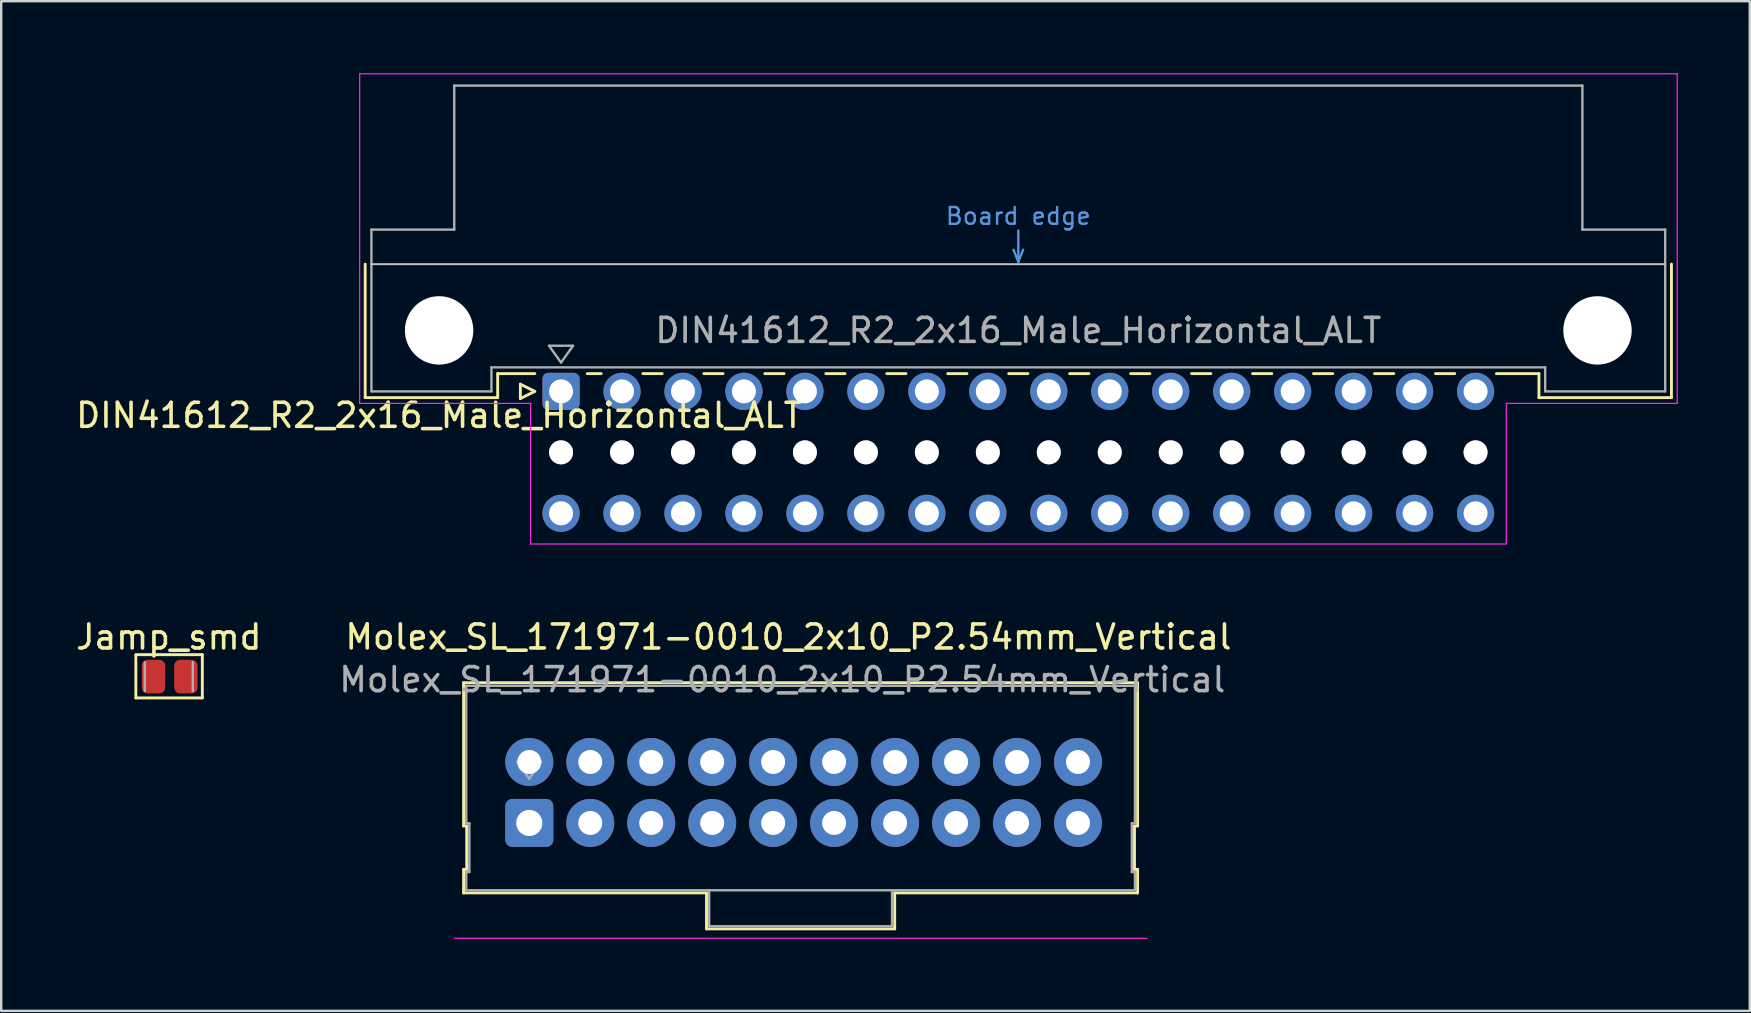
<source format=kicad_pcb>
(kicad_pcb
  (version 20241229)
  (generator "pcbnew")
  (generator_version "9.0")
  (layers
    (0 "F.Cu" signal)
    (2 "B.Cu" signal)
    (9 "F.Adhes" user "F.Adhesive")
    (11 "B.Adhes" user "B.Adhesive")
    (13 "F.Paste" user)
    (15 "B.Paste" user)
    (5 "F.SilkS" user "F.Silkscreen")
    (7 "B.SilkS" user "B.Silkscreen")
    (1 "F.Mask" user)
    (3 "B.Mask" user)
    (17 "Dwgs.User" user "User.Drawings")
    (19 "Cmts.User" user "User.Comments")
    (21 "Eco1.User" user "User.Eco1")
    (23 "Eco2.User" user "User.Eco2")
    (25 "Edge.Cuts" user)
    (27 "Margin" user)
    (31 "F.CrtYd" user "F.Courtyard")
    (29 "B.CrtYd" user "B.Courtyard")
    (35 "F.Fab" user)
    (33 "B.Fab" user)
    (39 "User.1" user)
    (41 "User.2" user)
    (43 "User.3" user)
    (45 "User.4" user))
  (footprint "DIN41612_R2_2x16_Male_Horizontal_ALT"
    (layer "F.Cu")
    (at 20.324 13.255)
    (property "Reference" "DIN41612_R2_2x16_Male_Horizontal_ALT" (at -5.08 1 0) (layer "F.SilkS") (effects (font (size 1 1) (thickness 0.15))))
    (attr through_hole)
    (fp_line (start -8.16 -5.3) (end -8.16 0.26) (stroke (width 0.12) (type solid)) (layer "F.SilkS"))
    (fp_line (start -8.16 0.26) (end -2.64 0.26) (stroke (width 0.12) (type solid)) (layer "F.SilkS"))
    (fp_line (start -2.64 -0.74) (end -1.095 -0.74) (stroke (width 0.12) (type solid)) (layer "F.SilkS"))
    (fp_line (start -2.64 0.26) (end -2.64 -0.74) (stroke (width 0.12) (type solid)) (layer "F.SilkS"))
    (fp_line (start -1.695 -0.3) (end -1.695 0.3) (stroke (width 0.12) (type solid)) (layer "F.SilkS"))
    (fp_line (start -1.695 0.3) (end -1.095 0) (stroke (width 0.12) (type solid)) (layer "F.SilkS"))
    (fp_line (start -1.095 0) (end -1.695 -0.3) (stroke (width 0.12) (type solid)) (layer "F.SilkS"))
    (fp_line (start 1.095 -0.74) (end 1.671 -0.74) (stroke (width 0.12) (type solid)) (layer "F.SilkS"))
    (fp_line (start 3.41 -0.74) (end 4.211 -0.74) (stroke (width 0.12) (type solid)) (layer "F.SilkS"))
    (fp_line (start 5.95 -0.74) (end 6.751 -0.74) (stroke (width 0.12) (type solid)) (layer "F.SilkS"))
    (fp_line (start 8.49 -0.74) (end 9.291 -0.74) (stroke (width 0.12) (type solid)) (layer "F.SilkS"))
    (fp_line (start 11.03 -0.74) (end 11.831 -0.74) (stroke (width 0.12) (type solid)) (layer "F.SilkS"))
    (fp_line (start 13.57 -0.74) (end 14.371 -0.74) (stroke (width 0.12) (type solid)) (layer "F.SilkS"))
    (fp_line (start 16.11 -0.74) (end 16.911 -0.74) (stroke (width 0.12) (type solid)) (layer "F.SilkS"))
    (fp_line (start 18.65 -0.74) (end 19.451 -0.74) (stroke (width 0.12) (type solid)) (layer "F.SilkS"))
    (fp_line (start 21.19 -0.74) (end 21.991 -0.74) (stroke (width 0.12) (type solid)) (layer "F.SilkS"))
    (fp_line (start 23.73 -0.74) (end 24.531 -0.74) (stroke (width 0.12) (type solid)) (layer "F.SilkS"))
    (fp_line (start 26.27 -0.74) (end 27.071 -0.74) (stroke (width 0.12) (type solid)) (layer "F.SilkS"))
    (fp_line (start 28.81 -0.74) (end 29.611 -0.74) (stroke (width 0.12) (type solid)) (layer "F.SilkS"))
    (fp_line (start 31.35 -0.74) (end 32.151 -0.74) (stroke (width 0.12) (type solid)) (layer "F.SilkS"))
    (fp_line (start 33.89 -0.74) (end 34.691 -0.74) (stroke (width 0.12) (type solid)) (layer "F.SilkS"))
    (fp_line (start 36.43 -0.74) (end 37.231 -0.74) (stroke (width 0.12) (type solid)) (layer "F.SilkS"))
    (fp_line (start 38.97 -0.74) (end 40.74 -0.74) (stroke (width 0.12) (type solid)) (layer "F.SilkS"))
    (fp_line (start 40.74 0.26) (end 40.74 -0.74) (stroke (width 0.12) (type solid)) (layer "F.SilkS"))
    (fp_line (start 46.26 -5.3) (end 46.26 0.26) (stroke (width 0.12) (type solid)) (layer "F.SilkS"))
    (fp_line (start 46.26 0.26) (end 40.74 0.26) (stroke (width 0.12) (type solid)) (layer "F.SilkS"))
    (fp_line (start -7.9 -5.3) (end 46 -5.3) (stroke (width 0.08) (type solid)) (layer "Dwgs.User"))
    (fp_line (start 18.85 -5.9) (end 19.05 -5.4) (stroke (width 0.1) (type solid)) (layer "Cmts.User"))
    (fp_line (start 19.05 -5.4) (end 19.05 -6.7) (stroke (width 0.1) (type solid)) (layer "Cmts.User"))
    (fp_line (start 19.05 -5.4) (end 19.25 -5.9) (stroke (width 0.1) (type solid)) (layer "Cmts.User"))
    (fp_line (start -8.39 -13.23) (end -8.39 0.5) (stroke (width 0.05) (type solid)) (layer "F.CrtYd"))
    (fp_line (start -8.39 0.5) (end -1.27 0.5) (stroke (width 0.05) (type solid)) (layer "F.CrtYd"))
    (fp_line (start -1.27 0.5) (end -1.27 6.36) (stroke (width 0.05) (type solid)) (layer "F.CrtYd"))
    (fp_line (start -1.27 6.36) (end 39.38 6.36) (stroke (width 0.05) (type solid)) (layer "F.CrtYd"))
    (fp_line (start 39.38 0.5) (end 46.5 0.5) (stroke (width 0.05) (type solid)) (layer "F.CrtYd"))
    (fp_line (start 39.38 6.36) (end 39.38 0.5) (stroke (width 0.05) (type solid)) (layer "F.CrtYd"))
    (fp_line (start 46.5 -13.23) (end -8.39 -13.23) (stroke (width 0.05) (type solid)) (layer "F.CrtYd"))
    (fp_line (start 46.5 0.5) (end 46.5 -13.23) (stroke (width 0.05) (type solid)) (layer "F.CrtYd"))
    (fp_line (start -7.9 -6.74) (end -7.9 0) (stroke (width 0.1) (type solid)) (layer "F.Fab"))
    (fp_line (start -7.9 0) (end -2.9 0) (stroke (width 0.1) (type solid)) (layer "F.Fab"))
    (fp_line (start -4.45 -12.74) (end -4.45 -6.74) (stroke (width 0.1) (type solid)) (layer "F.Fab"))
    (fp_line (start -4.45 -6.74) (end -7.9 -6.74) (stroke (width 0.1) (type solid)) (layer "F.Fab"))
    (fp_line (start -2.9 -1) (end 41 -1) (stroke (width 0.1) (type solid)) (layer "F.Fab"))
    (fp_line (start -2.9 0) (end -2.9 -1) (stroke (width 0.1) (type solid)) (layer "F.Fab"))
    (fp_line (start -0.5 -1.9) (end 0.5 -1.9) (stroke (width 0.1) (type solid)) (layer "F.Fab"))
    (fp_line (start 0 -1.2) (end -0.5 -1.9) (stroke (width 0.1) (type solid)) (layer "F.Fab"))
    (fp_line (start 0.5 -1.9) (end 0 -1.2) (stroke (width 0.1) (type solid)) (layer "F.Fab"))
    (fp_line (start 41 -1) (end 41 0) (stroke (width 0.1) (type solid)) (layer "F.Fab"))
    (fp_line (start 41 0) (end 46 0) (stroke (width 0.1) (type solid)) (layer "F.Fab"))
    (fp_line (start 42.55 -12.74) (end -4.45 -12.74) (stroke (width 0.1) (type solid)) (layer "F.Fab"))
    (fp_line (start 42.55 -6.74) (end 42.55 -12.74) (stroke (width 0.1) (type solid)) (layer "F.Fab"))
    (fp_line (start 46 -6.74) (end 42.55 -6.74) (stroke (width 0.1) (type solid)) (layer "F.Fab"))
    (fp_line (start 46 0) (end 46 -6.74) (stroke (width 0.1) (type solid)) (layer "F.Fab"))
    (fp_text user "Board edge" (at 19.05 -7.3 0) (layer "Cmts.User") (effects (font (size 0.7 0.7) (thickness 0.1))))
    (fp_text user "${REFERENCE}" (at 19.05 -2.54 0) (layer "F.Fab") (effects (font (size 1 1) (thickness 0.15))))
    (pad "" np_thru_hole circle (at -5.08 -2.54) (size 2.85 2.85) (drill 2.85) (layers "*.Cu" "*.Mask"))
    (pad "" thru_hole circle (at 0 2.54) (size 1 1) (drill 1) (layers "*.Cu" "*.Mask"))
    (pad "" thru_hole circle (at 2.54 2.54) (size 1 1) (drill 1) (layers "*.Cu" "*.Mask"))
    (pad "" thru_hole circle (at 5.08 2.54) (size 1 1) (drill 1) (layers "*.Cu" "*.Mask"))
    (pad "" thru_hole circle (at 7.62 2.54) (size 1 1) (drill 1) (layers "*.Cu" "*.Mask"))
    (pad "" thru_hole circle (at 10.16 2.54) (size 1 1) (drill 1) (layers "*.Cu" "*.Mask"))
    (pad "" thru_hole circle (at 12.7 2.54) (size 1 1) (drill 1) (layers "*.Cu" "*.Mask"))
    (pad "" thru_hole circle (at 15.24 2.54) (size 1 1) (drill 1) (layers "*.Cu" "*.Mask"))
    (pad "" thru_hole circle (at 17.78 2.54) (size 1 1) (drill 1) (layers "*.Cu" "*.Mask"))
    (pad "" thru_hole circle (at 20.32 2.54) (size 1 1) (drill 1) (layers "*.Cu" "*.Mask"))
    (pad "" thru_hole circle (at 22.86 2.54) (size 1 1) (drill 1) (layers "*.Cu" "*.Mask"))
    (pad "" thru_hole circle (at 25.4 2.54) (size 1 1) (drill 1) (layers "*.Cu" "*.Mask"))
    (pad "" thru_hole circle (at 27.94 2.54) (size 1 1) (drill 1) (layers "*.Cu" "*.Mask"))
    (pad "" thru_hole circle (at 30.48 2.54) (size 1 1) (drill 1) (layers "*.Cu" "*.Mask"))
    (pad "" thru_hole circle (at 33.02 2.54) (size 1 1) (drill 1) (layers "*.Cu" "*.Mask"))
    (pad "" thru_hole circle (at 35.56 2.54) (size 1 1) (drill 1) (layers "*.Cu" "*.Mask"))
    (pad "" thru_hole circle (at 38.1 2.54) (size 1 1) (drill 1) (layers "*.Cu" "*.Mask"))
    (pad "" np_thru_hole circle (at 43.18 -2.54) (size 2.85 2.85) (drill 2.85) (layers "*.Cu" "*.Mask"))
    (pad "a1" thru_hole roundrect (at 0 0) (size 1.55 1.55) (drill 1) (layers "*.Cu" "*.Mask") (roundrect_rratio 0.161))
    (pad "a2" thru_hole circle (at 2.54 0) (size 1.55 1.55) (drill 1) (layers "*.Cu" "*.Mask"))
    (pad "a3" thru_hole circle (at 5.08 0) (size 1.55 1.55) (drill 1) (layers "*.Cu" "*.Mask"))
    (pad "a4" thru_hole circle (at 7.62 0) (size 1.55 1.55) (drill 1) (layers "*.Cu" "*.Mask"))
    (pad "a5" thru_hole circle (at 10.16 0) (size 1.55 1.55) (drill 1) (layers "*.Cu" "*.Mask"))
    (pad "a6" thru_hole circle (at 12.7 0) (size 1.55 1.55) (drill 1) (layers "*.Cu" "*.Mask"))
    (pad "a7" thru_hole circle (at 15.24 0) (size 1.55 1.55) (drill 1) (layers "*.Cu" "*.Mask"))
    (pad "a8" thru_hole circle (at 17.78 0) (size 1.55 1.55) (drill 1) (layers "*.Cu" "*.Mask"))
    (pad "a9" thru_hole circle (at 20.32 0) (size 1.55 1.55) (drill 1) (layers "*.Cu" "*.Mask"))
    (pad "a10" thru_hole circle (at 22.86 0) (size 1.55 1.55) (drill 1) (layers "*.Cu" "*.Mask"))
    (pad "a11" thru_hole circle (at 25.4 0) (size 1.55 1.55) (drill 1) (layers "*.Cu" "*.Mask"))
    (pad "a12" thru_hole circle (at 27.94 0) (size 1.55 1.55) (drill 1) (layers "*.Cu" "*.Mask"))
    (pad "a13" thru_hole circle (at 30.48 0) (size 1.55 1.55) (drill 1) (layers "*.Cu" "*.Mask"))
    (pad "a14" thru_hole circle (at 33.02 0) (size 1.55 1.55) (drill 1) (layers "*.Cu" "*.Mask"))
    (pad "a15" thru_hole circle (at 35.56 0) (size 1.55 1.55) (drill 1) (layers "*.Cu" "*.Mask"))
    (pad "a16" thru_hole circle (at 38.1 0) (size 1.55 1.55) (drill 1) (layers "*.Cu" "*.Mask"))
    (pad "b1" thru_hole circle (at 0 5.08) (size 1.55 1.55) (drill 1) (layers "*.Cu" "*.Mask"))
    (pad "b2" thru_hole circle (at 2.54 5.08) (size 1.55 1.55) (drill 1) (layers "*.Cu" "*.Mask"))
    (pad "b3" thru_hole circle (at 5.08 5.08) (size 1.55 1.55) (drill 1) (layers "*.Cu" "*.Mask"))
    (pad "b4" thru_hole circle (at 7.62 5.08) (size 1.55 1.55) (drill 1) (layers "*.Cu" "*.Mask"))
    (pad "b5" thru_hole circle (at 10.16 5.08) (size 1.55 1.55) (drill 1) (layers "*.Cu" "*.Mask"))
    (pad "b6" thru_hole circle (at 12.7 5.08) (size 1.55 1.55) (drill 1) (layers "*.Cu" "*.Mask"))
    (pad "b7" thru_hole circle (at 15.24 5.08) (size 1.55 1.55) (drill 1) (layers "*.Cu" "*.Mask"))
    (pad "b8" thru_hole circle (at 17.78 5.08) (size 1.55 1.55) (drill 1) (layers "*.Cu" "*.Mask"))
    (pad "b9" thru_hole circle (at 20.32 5.08) (size 1.55 1.55) (drill 1) (layers "*.Cu" "*.Mask"))
    (pad "b10" thru_hole circle (at 22.86 5.08) (size 1.55 1.55) (drill 1) (layers "*.Cu" "*.Mask"))
    (pad "b11" thru_hole circle (at 25.4 5.08) (size 1.55 1.55) (drill 1) (layers "*.Cu" "*.Mask"))
    (pad "b12" thru_hole circle (at 27.94 5.08) (size 1.55 1.55) (drill 1) (layers "*.Cu" "*.Mask"))
    (pad "b13" thru_hole circle (at 30.48 5.08) (size 1.55 1.55) (drill 1) (layers "*.Cu" "*.Mask"))
    (pad "b14" thru_hole circle (at 33.02 5.08) (size 1.55 1.55) (drill 1) (layers "*.Cu" "*.Mask"))
    (pad "b15" thru_hole circle (at 35.56 5.08) (size 1.55 1.55) (drill 1) (layers "*.Cu" "*.Mask"))
    (pad "b16" thru_hole circle (at 38.1 5.08) (size 1.55 1.55) (drill 1) (layers "*.Cu" "*.Mask")))
  (footprint "Molex_SL_171971-0010_2x10_P2.54mm_Vertical"
    (layer "F.Cu")
    (at 18.874 31.489)
    (property "Reference" "Molex_SL_171971-0010_2x10_P2.54mm_Vertical" (at 10.922 -8.001 0) (layer "F.SilkS") (effects (font (size 1 1) (thickness 0.15))))
    (attr through_hole)
    (fp_line (start -2.61 -6.096) (end -2.61 -0.13) (stroke (width 0.12) (type solid)) (layer "F.SilkS"))
    (fp_line (start -2.61 -0.13) (end -2.48 -0.13) (stroke (width 0.12) (type solid)) (layer "F.SilkS"))
    (fp_line (start -2.61 1.68) (end -2.61 2.66) (stroke (width 0.12) (type solid)) (layer "F.SilkS"))
    (fp_line (start -2.61 2.66) (end 7.51 2.66) (stroke (width 0.12) (type solid)) (layer "F.SilkS"))
    (fp_line (start -2.48 -0.13) (end -2.48 1.68) (stroke (width 0.12) (type solid)) (layer "F.SilkS"))
    (fp_line (start -2.48 1.68) (end -2.61 1.68) (stroke (width 0.12) (type solid)) (layer "F.SilkS"))
    (fp_line (start 7.51 2.66) (end 7.51 4.16) (stroke (width 0.12) (type solid)) (layer "F.SilkS"))
    (fp_line (start 7.51 4.16) (end 15.35 4.16) (stroke (width 0.12) (type solid)) (layer "F.SilkS"))
    (fp_line (start 15.35 2.66) (end 25.47 2.66) (stroke (width 0.12) (type solid)) (layer "F.SilkS"))
    (fp_line (start 15.35 4.16) (end 15.35 2.66) (stroke (width 0.12) (type solid)) (layer "F.SilkS"))
    (fp_line (start 25.34 -0.13) (end 25.47 -0.13) (stroke (width 0.12) (type solid)) (layer "F.SilkS"))
    (fp_line (start 25.34 1.68) (end 25.34 -0.13) (stroke (width 0.12) (type solid)) (layer "F.SilkS"))
    (fp_line (start 25.47 -6.096) (end -2.61 -6.096) (stroke (width 0.12) (type solid)) (layer "F.SilkS"))
    (fp_line (start 25.47 -0.13) (end 25.47 -6.096) (stroke (width 0.12) (type solid)) (layer "F.SilkS"))
    (fp_line (start 25.47 1.68) (end 25.34 1.68) (stroke (width 0.12) (type solid)) (layer "F.SilkS"))
    (fp_line (start 25.47 2.66) (end 25.47 1.68) (stroke (width 0.12) (type solid)) (layer "F.SilkS"))
    (fp_line (start -3 4.55) (end 25.86 4.55) (stroke (width 0.05) (type solid)) (layer "F.CrtYd"))
    (fp_line (start -2.5 -5.969) (end -2.5 -0.24) (stroke (width 0.1) (type solid)) (layer "F.Fab"))
    (fp_line (start -2.5 -0.24) (end -2.37 -0.24) (stroke (width 0.1) (type solid)) (layer "F.Fab"))
    (fp_line (start -2.5 1.79) (end -2.5 2.55) (stroke (width 0.1) (type solid)) (layer "F.Fab"))
    (fp_line (start -2.5 2.55) (end 25.36 2.55) (stroke (width 0.1) (type solid)) (layer "F.Fab"))
    (fp_line (start -2.37 -0.24) (end -2.37 1.79) (stroke (width 0.1) (type solid)) (layer "F.Fab"))
    (fp_line (start -2.37 1.79) (end -2.5 1.79) (stroke (width 0.1) (type solid)) (layer "F.Fab"))
    (fp_line (start 0.127 -2.097) (end -0.373 -2.804) (stroke (width 0.1) (type solid)) (layer "F.Fab"))
    (fp_line (start 0.627 -2.804) (end 0.127 -2.097) (stroke (width 0.1) (type solid)) (layer "F.Fab"))
    (fp_line (start 7.62 2.55) (end 7.62 4.05) (stroke (width 0.1) (type solid)) (layer "F.Fab"))
    (fp_line (start 7.62 4.05) (end 15.24 4.05) (stroke (width 0.1) (type solid)) (layer "F.Fab"))
    (fp_line (start 15.24 4.05) (end 15.24 2.55) (stroke (width 0.1) (type solid)) (layer "F.Fab"))
    (fp_line (start 25.23 -0.24) (end 25.36 -0.24) (stroke (width 0.1) (type solid)) (layer "F.Fab"))
    (fp_line (start 25.23 1.79) (end 25.23 -0.24) (stroke (width 0.1) (type solid)) (layer "F.Fab"))
    (fp_line (start 25.36 -5.969) (end -2.5 -5.969) (stroke (width 0.1) (type solid)) (layer "F.Fab"))
    (fp_line (start 25.36 -0.24) (end 25.36 -5.969) (stroke (width 0.1) (type solid)) (layer "F.Fab"))
    (fp_line (start 25.36 1.79) (end 25.23 1.79) (stroke (width 0.1) (type solid)) (layer "F.Fab"))
    (fp_line (start 25.36 2.55) (end 25.36 1.79) (stroke (width 0.1) (type solid)) (layer "F.Fab"))
    (fp_text user "${REFERENCE}" (at 10.668 -6.223 0) (layer "F.Fab") (effects (font (size 1 1) (thickness 0.15))))
    (pad "1" thru_hole roundrect (at 0.127 -0.254) (size 2 2) (drill 1.09) (layers "*.Cu" "*.Mask") (roundrect_rratio 0.144))
    (pad "2" thru_hole circle (at 0.127 -2.794) (size 2 2) (drill 1) (layers "*.Cu" "*.Mask"))
    (pad "3" thru_hole circle (at 2.667 -0.254) (size 2 2) (drill 1) (layers "*.Cu" "*.Mask"))
    (pad "4" thru_hole circle (at 2.667 -2.794) (size 2 2) (drill 1) (layers "*.Cu" "*.Mask"))
    (pad "5" thru_hole circle (at 5.207 -0.254) (size 2 2) (drill 1) (layers "*.Cu" "*.Mask"))
    (pad "6" thru_hole circle (at 5.207 -2.794) (size 2 2) (drill 1) (layers "*.Cu" "*.Mask"))
    (pad "7" thru_hole circle (at 7.747 -0.254) (size 2 2) (drill 1) (layers "*.Cu" "*.Mask"))
    (pad "8" thru_hole circle (at 7.747 -2.794) (size 2 2) (drill 1) (layers "*.Cu" "*.Mask"))
    (pad "9" thru_hole circle (at 10.287 -0.254) (size 2 2) (drill 1) (layers "*.Cu" "*.Mask"))
    (pad "10" thru_hole circle (at 10.287 -2.794) (size 2 2) (drill 1) (layers "*.Cu" "*.Mask"))
    (pad "11" thru_hole circle (at 12.827 -0.254) (size 2 2) (drill 1) (layers "*.Cu" "*.Mask"))
    (pad "12" thru_hole circle (at 12.827 -2.794) (size 2 2) (drill 1) (layers "*.Cu" "*.Mask"))
    (pad "13" thru_hole circle (at 15.367 -0.254) (size 2 2) (drill 1) (layers "*.Cu" "*.Mask"))
    (pad "14" thru_hole circle (at 15.367 -2.794) (size 2 2) (drill 1) (layers "*.Cu" "*.Mask"))
    (pad "15" thru_hole circle (at 17.907 -0.254) (size 2 2) (drill 1) (layers "*.Cu" "*.Mask"))
    (pad "16" thru_hole circle (at 17.907 -2.794) (size 2 2) (drill 1) (layers "*.Cu" "*.Mask"))
    (pad "17" thru_hole circle (at 20.447 -0.254) (size 2 2) (drill 1) (layers "*.Cu" "*.Mask"))
    (pad "18" thru_hole circle (at 20.447 -2.794) (size 2 2) (drill 1) (layers "*.Cu" "*.Mask"))
    (pad "19" thru_hole circle (at 22.987 -0.254) (size 2 2) (drill 1) (layers "*.Cu" "*.Mask"))
    (pad "20" thru_hole circle (at 22.987 -2.794) (size 2 2) (drill 1) (layers "*.Cu" "*.Mask")))
  (footprint "Jamp_smd"
    (layer "F.Cu")
    (at 3.982 25.138)
    (property "Reference" "Jamp_smd" (at 0 -1.65 0) (layer "F.SilkS") (effects (font (size 1 1) (thickness 0.15))))
    (attr smd)
    (fp_line (start -1.372 -0.914) (end 1.397 -0.914) (stroke (width 0.12) (type solid)) (layer "F.SilkS"))
    (fp_line (start -1.372 0.889) (end -1.372 -0.889) (stroke (width 0.12) (type solid)) (layer "F.SilkS"))
    (fp_line (start 1.397 -0.914) (end 1.397 0.889) (stroke (width 0.12) (type solid)) (layer "F.SilkS"))
    (fp_line (start 1.397 0.889) (end -1.372 0.889) (stroke (width 0.12) (type solid)) (layer "F.SilkS"))
    (fp_line (start -1 0.6) (end -1 -0.6) (stroke (width 0.1) (type solid)) (layer "F.Fab"))
    (fp_line (start 1 -0.6) (end 1 0.6) (stroke (width 0.1) (type solid)) (layer "F.Fab"))
    (pad "1" smd roundrect (at -0.635 0) (size 0.975 1.4) (layers "F.Cu" "F.Mask" "F.Paste") (roundrect_rratio 0.25))
    (pad "2" smd roundrect (at 0.711 0) (size 0.975 1.4) (layers "F.Cu" "F.Mask" "F.Paste") (roundrect_rratio 0.25)))
  (gr_rect
    (start -3 -3)
    (end 69.849 39.064)
    (stroke (width 0.1) (type default))
    (fill no)
    (layer "Edge.Cuts")))
</source>
